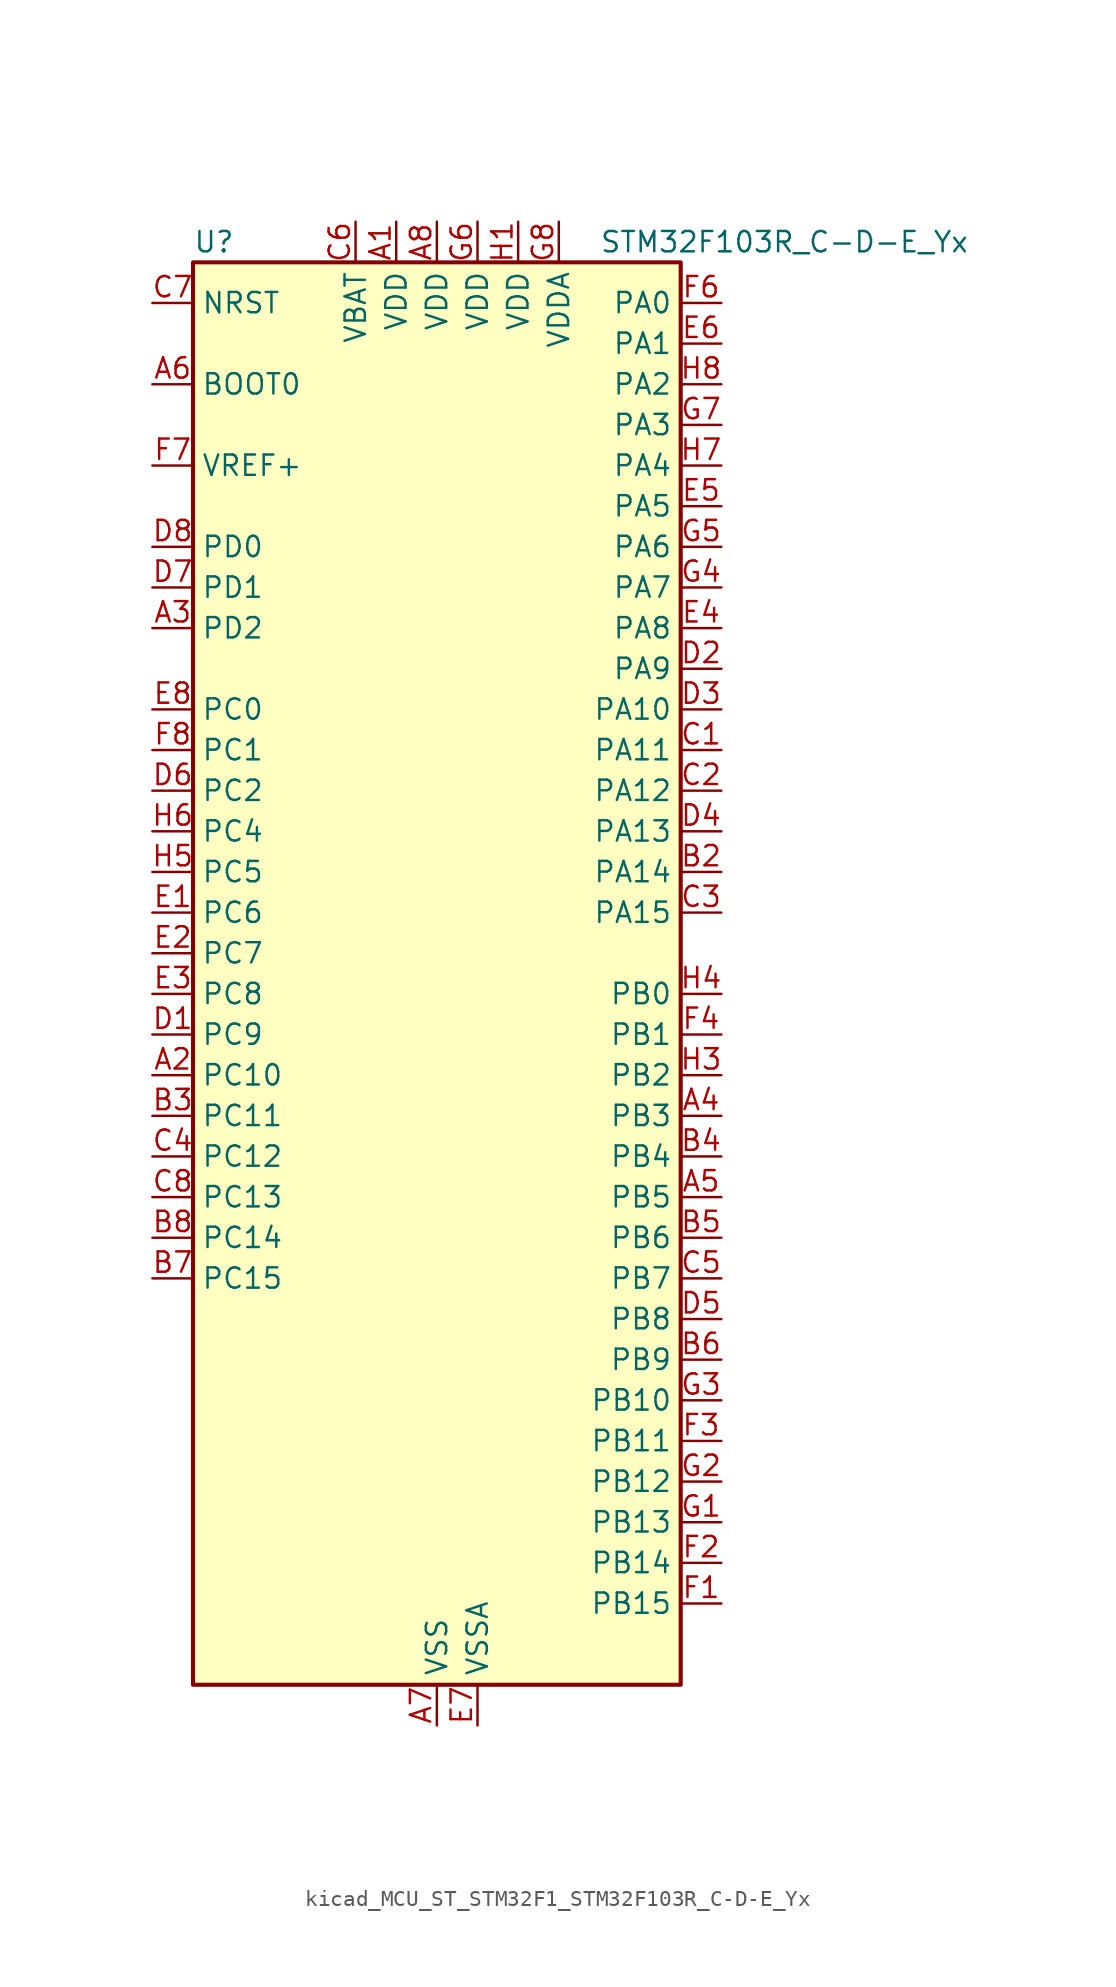
<source format=kicad_sym>
(kicad_symbol_lib
  (version 20220914)
  (generator kicad_symbol_editor)
  (symbol "kicad_MCU_ST_STM32F1_STM32F103R_C-D-E_Yx"
    (property "Reference" "U"
      (at -15.24 46.99 0)
      (effects (font (size 1.27 1.27)) (justify left)))
    (property "Value" "STM32F103R_C-D-E_Yx"
      (at 10.16 46.99 0)
      (effects (font (size 1.27 1.27)) (justify left)))
    (property "ki_locked" ""
      (at 0 0 0)
      (effects (font (size 1.27 1.27))))
    (symbol "kicad_MCU_ST_STM32F1_STM32F103R_C-D-E_Yx_0_1"
      (rectangle (start -15.24 -43.18) (end 15.24 45.72) (stroke (width 0.254) (type default)) (fill (type background))))
    (symbol "kicad_MCU_ST_STM32F1_STM32F103R_C-D-E_Yx_1_1"
      (pin power_in line (at -2.54 48.26 270) (length 2.54) (name "VDD" (effects (font (size 1.27 1.27)))) (number "A1" (effects (font (size 1.27 1.27)))))
      (pin bidirectional line (at -17.78 -5.08 0) (length 2.54) (name "PC10" (effects (font (size 1.27 1.27)))) (number "A2" (effects (font (size 1.27 1.27)))) (alternate "SDIO_D2" bidirectional line) (alternate "UART4_TX" bidirectional line) (alternate "USART3_TX" bidirectional line))
      (pin bidirectional line (at -17.78 22.86 0) (length 2.54) (name "PD2" (effects (font (size 1.27 1.27)))) (number "A3" (effects (font (size 1.27 1.27)))) (alternate "SDIO_CMD" bidirectional line) (alternate "TIM3_ETR" bidirectional line) (alternate "UART5_RX" bidirectional line))
      (pin bidirectional line (at 17.78 -7.62 180) (length 2.54) (name "PB3" (effects (font (size 1.27 1.27)))) (number "A4" (effects (font (size 1.27 1.27)))) (alternate "I2S3_CK" bidirectional line) (alternate "SPI1_SCK" bidirectional line) (alternate "SPI3_SCK" bidirectional line) (alternate "SYS_JTDO-TRACESWO" bidirectional line) (alternate "TIM2_CH2" bidirectional line))
      (pin bidirectional line (at 17.78 -12.7 180) (length 2.54) (name "PB5" (effects (font (size 1.27 1.27)))) (number "A5" (effects (font (size 1.27 1.27)))) (alternate "I2C1_SMBA" bidirectional line) (alternate "I2S3_SD" bidirectional line) (alternate "SPI1_MOSI" bidirectional line) (alternate "SPI3_MOSI" bidirectional line) (alternate "TIM3_CH2" bidirectional line))
      (pin input line (at -17.78 38.1 0) (length 2.54) (name "BOOT0" (effects (font (size 1.27 1.27)))) (number "A6" (effects (font (size 1.27 1.27)))))
      (pin power_in line (at 0 -45.72 90) (length 2.54) (name "VSS" (effects (font (size 1.27 1.27)))) (number "A7" (effects (font (size 1.27 1.27)))))
      (pin power_in line (at 0 48.26 270) (length 2.54) (name "VDD" (effects (font (size 1.27 1.27)))) (number "A8" (effects (font (size 1.27 1.27)))))
      (pin passive line (at 0 -45.72 90) (length 2.54) hide (name "VSS" (effects (font (size 1.27 1.27)))) (number "B1" (effects (font (size 1.27 1.27)))))
      (pin bidirectional line (at 17.78 7.62 180) (length 2.54) (name "PA14" (effects (font (size 1.27 1.27)))) (number "B2" (effects (font (size 1.27 1.27)))) (alternate "SYS_JTCK-SWCLK" bidirectional line))
      (pin bidirectional line (at -17.78 -7.62 0) (length 2.54) (name "PC11" (effects (font (size 1.27 1.27)))) (number "B3" (effects (font (size 1.27 1.27)))) (alternate "ADC1_EXTI11" bidirectional line) (alternate "ADC2_EXTI11" bidirectional line) (alternate "SDIO_D3" bidirectional line) (alternate "UART4_RX" bidirectional line) (alternate "USART3_RX" bidirectional line))
      (pin bidirectional line (at 17.78 -10.16 180) (length 2.54) (name "PB4" (effects (font (size 1.27 1.27)))) (number "B4" (effects (font (size 1.27 1.27)))) (alternate "SPI1_MISO" bidirectional line) (alternate "SPI3_MISO" bidirectional line) (alternate "SYS_NJTRST" bidirectional line) (alternate "TIM3_CH1" bidirectional line))
      (pin bidirectional line (at 17.78 -15.24 180) (length 2.54) (name "PB6" (effects (font (size 1.27 1.27)))) (number "B5" (effects (font (size 1.27 1.27)))) (alternate "I2C1_SCL" bidirectional line) (alternate "TIM4_CH1" bidirectional line) (alternate "USART1_TX" bidirectional line))
      (pin bidirectional line (at 17.78 -22.86 180) (length 2.54) (name "PB9" (effects (font (size 1.27 1.27)))) (number "B6" (effects (font (size 1.27 1.27)))) (alternate "CAN_TX" bidirectional line) (alternate "DAC_EXTI9" bidirectional line) (alternate "I2C1_SDA" bidirectional line) (alternate "SDIO_D5" bidirectional line) (alternate "TIM4_CH4" bidirectional line))
      (pin bidirectional line (at -17.78 -17.78 0) (length 2.54) (name "PC15" (effects (font (size 1.27 1.27)))) (number "B7" (effects (font (size 1.27 1.27)))) (alternate "ADC1_EXTI15" bidirectional line) (alternate "ADC2_EXTI15" bidirectional line) (alternate "RCC_OSC32_OUT" bidirectional line))
      (pin bidirectional line (at -17.78 -15.24 0) (length 2.54) (name "PC14" (effects (font (size 1.27 1.27)))) (number "B8" (effects (font (size 1.27 1.27)))) (alternate "RCC_OSC32_IN" bidirectional line))
      (pin bidirectional line (at 17.78 15.24 180) (length 2.54) (name "PA11" (effects (font (size 1.27 1.27)))) (number "C1" (effects (font (size 1.27 1.27)))) (alternate "ADC1_EXTI11" bidirectional line) (alternate "ADC2_EXTI11" bidirectional line) (alternate "CAN_RX" bidirectional line) (alternate "TIM1_CH4" bidirectional line) (alternate "USART1_CTS" bidirectional line) (alternate "USB_DM" bidirectional line))
      (pin bidirectional line (at 17.78 12.7 180) (length 2.54) (name "PA12" (effects (font (size 1.27 1.27)))) (number "C2" (effects (font (size 1.27 1.27)))) (alternate "CAN_TX" bidirectional line) (alternate "TIM1_ETR" bidirectional line) (alternate "USART1_RTS" bidirectional line) (alternate "USB_DP" bidirectional line))
      (pin bidirectional line (at 17.78 5.08 180) (length 2.54) (name "PA15" (effects (font (size 1.27 1.27)))) (number "C3" (effects (font (size 1.27 1.27)))) (alternate "ADC1_EXTI15" bidirectional line) (alternate "ADC2_EXTI15" bidirectional line) (alternate "I2S3_WS" bidirectional line) (alternate "SPI1_NSS" bidirectional line) (alternate "SPI3_NSS" bidirectional line) (alternate "SYS_JTDI" bidirectional line) (alternate "TIM2_CH1" bidirectional line) (alternate "TIM2_ETR" bidirectional line))
      (pin bidirectional line (at -17.78 -10.16 0) (length 2.54) (name "PC12" (effects (font (size 1.27 1.27)))) (number "C4" (effects (font (size 1.27 1.27)))) (alternate "SDIO_CK" bidirectional line) (alternate "UART5_TX" bidirectional line) (alternate "USART3_CK" bidirectional line))
      (pin bidirectional line (at 17.78 -17.78 180) (length 2.54) (name "PB7" (effects (font (size 1.27 1.27)))) (number "C5" (effects (font (size 1.27 1.27)))) (alternate "I2C1_SDA" bidirectional line) (alternate "TIM4_CH2" bidirectional line) (alternate "USART1_RX" bidirectional line))
      (pin power_in line (at -5.08 48.26 270) (length 2.54) (name "VBAT" (effects (font (size 1.27 1.27)))) (number "C6" (effects (font (size 1.27 1.27)))))
      (pin input line (at -17.78 43.18 0) (length 2.54) (name "NRST" (effects (font (size 1.27 1.27)))) (number "C7" (effects (font (size 1.27 1.27)))))
      (pin bidirectional line (at -17.78 -12.7 0) (length 2.54) (name "PC13" (effects (font (size 1.27 1.27)))) (number "C8" (effects (font (size 1.27 1.27)))) (alternate "RTC_OUT" bidirectional line) (alternate "RTC_TAMPER" bidirectional line))
      (pin bidirectional line (at -17.78 -2.54 0) (length 2.54) (name "PC9" (effects (font (size 1.27 1.27)))) (number "D1" (effects (font (size 1.27 1.27)))) (alternate "DAC_EXTI9" bidirectional line) (alternate "SDIO_D1" bidirectional line) (alternate "TIM3_CH4" bidirectional line) (alternate "TIM8_CH4" bidirectional line))
      (pin bidirectional line (at 17.78 20.32 180) (length 2.54) (name "PA9" (effects (font (size 1.27 1.27)))) (number "D2" (effects (font (size 1.27 1.27)))) (alternate "DAC_EXTI9" bidirectional line) (alternate "TIM1_CH2" bidirectional line) (alternate "USART1_TX" bidirectional line))
      (pin bidirectional line (at 17.78 17.78 180) (length 2.54) (name "PA10" (effects (font (size 1.27 1.27)))) (number "D3" (effects (font (size 1.27 1.27)))) (alternate "TIM1_CH3" bidirectional line) (alternate "USART1_RX" bidirectional line))
      (pin bidirectional line (at 17.78 10.16 180) (length 2.54) (name "PA13" (effects (font (size 1.27 1.27)))) (number "D4" (effects (font (size 1.27 1.27)))) (alternate "SYS_JTMS-SWDIO" bidirectional line))
      (pin bidirectional line (at 17.78 -20.32 180) (length 2.54) (name "PB8" (effects (font (size 1.27 1.27)))) (number "D5" (effects (font (size 1.27 1.27)))) (alternate "CAN_RX" bidirectional line) (alternate "I2C1_SCL" bidirectional line) (alternate "SDIO_D4" bidirectional line) (alternate "TIM4_CH3" bidirectional line))
      (pin bidirectional line (at -17.78 12.7 0) (length 2.54) (name "PC2" (effects (font (size 1.27 1.27)))) (number "D6" (effects (font (size 1.27 1.27)))) (alternate "ADC1_IN12" bidirectional line) (alternate "ADC2_IN12" bidirectional line) (alternate "ADC3_IN12" bidirectional line))
      (pin bidirectional line (at -17.78 25.4 0) (length 2.54) (name "PD1" (effects (font (size 1.27 1.27)))) (number "D7" (effects (font (size 1.27 1.27)))) (alternate "RCC_OSC_OUT" bidirectional line))
      (pin bidirectional line (at -17.78 27.94 0) (length 2.54) (name "PD0" (effects (font (size 1.27 1.27)))) (number "D8" (effects (font (size 1.27 1.27)))) (alternate "RCC_OSC_IN" bidirectional line))
      (pin bidirectional line (at -17.78 5.08 0) (length 2.54) (name "PC6" (effects (font (size 1.27 1.27)))) (number "E1" (effects (font (size 1.27 1.27)))) (alternate "I2S2_MCK" bidirectional line) (alternate "SDIO_D6" bidirectional line) (alternate "TIM3_CH1" bidirectional line) (alternate "TIM8_CH1" bidirectional line))
      (pin bidirectional line (at -17.78 2.54 0) (length 2.54) (name "PC7" (effects (font (size 1.27 1.27)))) (number "E2" (effects (font (size 1.27 1.27)))) (alternate "I2S3_MCK" bidirectional line) (alternate "SDIO_D7" bidirectional line) (alternate "TIM3_CH2" bidirectional line) (alternate "TIM8_CH2" bidirectional line))
      (pin bidirectional line (at -17.78 0 0) (length 2.54) (name "PC8" (effects (font (size 1.27 1.27)))) (number "E3" (effects (font (size 1.27 1.27)))) (alternate "SDIO_D0" bidirectional line) (alternate "TIM3_CH3" bidirectional line) (alternate "TIM8_CH3" bidirectional line))
      (pin bidirectional line (at 17.78 22.86 180) (length 2.54) (name "PA8" (effects (font (size 1.27 1.27)))) (number "E4" (effects (font (size 1.27 1.27)))) (alternate "RCC_MCO" bidirectional line) (alternate "TIM1_CH1" bidirectional line) (alternate "USART1_CK" bidirectional line))
      (pin bidirectional line (at 17.78 30.48 180) (length 2.54) (name "PA5" (effects (font (size 1.27 1.27)))) (number "E5" (effects (font (size 1.27 1.27)))) (alternate "ADC1_IN5" bidirectional line) (alternate "ADC2_IN5" bidirectional line) (alternate "DAC_OUT2" bidirectional line) (alternate "SPI1_SCK" bidirectional line))
      (pin bidirectional line (at 17.78 40.64 180) (length 2.54) (name "PA1" (effects (font (size 1.27 1.27)))) (number "E6" (effects (font (size 1.27 1.27)))) (alternate "ADC1_IN1" bidirectional line) (alternate "ADC2_IN1" bidirectional line) (alternate "ADC3_IN1" bidirectional line) (alternate "TIM2_CH2" bidirectional line) (alternate "TIM5_CH2" bidirectional line) (alternate "USART2_RTS" bidirectional line))
      (pin power_in line (at 2.54 -45.72 90) (length 2.54) (name "VSSA" (effects (font (size 1.27 1.27)))) (number "E7" (effects (font (size 1.27 1.27)))))
      (pin bidirectional line (at -17.78 17.78 0) (length 2.54) (name "PC0" (effects (font (size 1.27 1.27)))) (number "E8" (effects (font (size 1.27 1.27)))) (alternate "ADC1_IN10" bidirectional line) (alternate "ADC2_IN10" bidirectional line) (alternate "ADC3_IN10" bidirectional line))
      (pin bidirectional line (at 17.78 -38.1 180) (length 2.54) (name "PB15" (effects (font (size 1.27 1.27)))) (number "F1" (effects (font (size 1.27 1.27)))) (alternate "ADC1_EXTI15" bidirectional line) (alternate "ADC2_EXTI15" bidirectional line) (alternate "I2S2_SD" bidirectional line) (alternate "SPI2_MOSI" bidirectional line) (alternate "TIM1_CH3N" bidirectional line))
      (pin bidirectional line (at 17.78 -35.56 180) (length 2.54) (name "PB14" (effects (font (size 1.27 1.27)))) (number "F2" (effects (font (size 1.27 1.27)))) (alternate "SPI2_MISO" bidirectional line) (alternate "TIM1_CH2N" bidirectional line) (alternate "USART3_RTS" bidirectional line))
      (pin bidirectional line (at 17.78 -27.94 180) (length 2.54) (name "PB11" (effects (font (size 1.27 1.27)))) (number "F3" (effects (font (size 1.27 1.27)))) (alternate "ADC1_EXTI11" bidirectional line) (alternate "ADC2_EXTI11" bidirectional line) (alternate "I2C2_SDA" bidirectional line) (alternate "TIM2_CH4" bidirectional line) (alternate "USART3_RX" bidirectional line))
      (pin bidirectional line (at 17.78 -2.54 180) (length 2.54) (name "PB1" (effects (font (size 1.27 1.27)))) (number "F4" (effects (font (size 1.27 1.27)))) (alternate "ADC1_IN9" bidirectional line) (alternate "ADC2_IN9" bidirectional line) (alternate "TIM1_CH3N" bidirectional line) (alternate "TIM3_CH4" bidirectional line) (alternate "TIM8_CH3N" bidirectional line))
      (pin passive line (at 0 -45.72 90) (length 2.54) hide (name "VSS" (effects (font (size 1.27 1.27)))) (number "F5" (effects (font (size 1.27 1.27)))))
      (pin bidirectional line (at 17.78 43.18 180) (length 2.54) (name "PA0" (effects (font (size 1.27 1.27)))) (number "F6" (effects (font (size 1.27 1.27)))) (alternate "ADC1_IN0" bidirectional line) (alternate "ADC2_IN0" bidirectional line) (alternate "ADC3_IN0" bidirectional line) (alternate "SYS_WKUP" bidirectional line) (alternate "TIM2_CH1" bidirectional line) (alternate "TIM2_ETR" bidirectional line) (alternate "TIM5_CH1" bidirectional line) (alternate "TIM8_ETR" bidirectional line) (alternate "USART2_CTS" bidirectional line))
      (pin input line (at -17.78 33.02 0) (length 2.54) (name "VREF+" (effects (font (size 1.27 1.27)))) (number "F7" (effects (font (size 1.27 1.27)))))
      (pin bidirectional line (at -17.78 15.24 0) (length 2.54) (name "PC1" (effects (font (size 1.27 1.27)))) (number "F8" (effects (font (size 1.27 1.27)))) (alternate "ADC1_IN11" bidirectional line) (alternate "ADC2_IN11" bidirectional line) (alternate "ADC3_IN11" bidirectional line))
      (pin bidirectional line (at 17.78 -33.02 180) (length 2.54) (name "PB13" (effects (font (size 1.27 1.27)))) (number "G1" (effects (font (size 1.27 1.27)))) (alternate "I2S2_CK" bidirectional line) (alternate "SPI2_SCK" bidirectional line) (alternate "TIM1_CH1N" bidirectional line) (alternate "USART3_CTS" bidirectional line))
      (pin bidirectional line (at 17.78 -30.48 180) (length 2.54) (name "PB12" (effects (font (size 1.27 1.27)))) (number "G2" (effects (font (size 1.27 1.27)))) (alternate "I2C2_SMBA" bidirectional line) (alternate "I2S2_WS" bidirectional line) (alternate "SPI2_NSS" bidirectional line) (alternate "TIM1_BKIN" bidirectional line) (alternate "USART3_CK" bidirectional line))
      (pin bidirectional line (at 17.78 -25.4 180) (length 2.54) (name "PB10" (effects (font (size 1.27 1.27)))) (number "G3" (effects (font (size 1.27 1.27)))) (alternate "I2C2_SCL" bidirectional line) (alternate "TIM2_CH3" bidirectional line) (alternate "USART3_TX" bidirectional line))
      (pin bidirectional line (at 17.78 25.4 180) (length 2.54) (name "PA7" (effects (font (size 1.27 1.27)))) (number "G4" (effects (font (size 1.27 1.27)))) (alternate "ADC1_IN7" bidirectional line) (alternate "ADC2_IN7" bidirectional line) (alternate "SPI1_MOSI" bidirectional line) (alternate "TIM1_CH1N" bidirectional line) (alternate "TIM3_CH2" bidirectional line) (alternate "TIM8_CH1N" bidirectional line))
      (pin bidirectional line (at 17.78 27.94 180) (length 2.54) (name "PA6" (effects (font (size 1.27 1.27)))) (number "G5" (effects (font (size 1.27 1.27)))) (alternate "ADC1_IN6" bidirectional line) (alternate "ADC2_IN6" bidirectional line) (alternate "SPI1_MISO" bidirectional line) (alternate "TIM1_BKIN" bidirectional line) (alternate "TIM3_CH1" bidirectional line) (alternate "TIM8_BKIN" bidirectional line))
      (pin power_in line (at 2.54 48.26 270) (length 2.54) (name "VDD" (effects (font (size 1.27 1.27)))) (number "G6" (effects (font (size 1.27 1.27)))))
      (pin bidirectional line (at 17.78 35.56 180) (length 2.54) (name "PA3" (effects (font (size 1.27 1.27)))) (number "G7" (effects (font (size 1.27 1.27)))) (alternate "ADC1_IN3" bidirectional line) (alternate "ADC2_IN3" bidirectional line) (alternate "ADC3_IN3" bidirectional line) (alternate "TIM2_CH4" bidirectional line) (alternate "TIM5_CH4" bidirectional line) (alternate "USART2_RX" bidirectional line))
      (pin power_in line (at 7.62 48.26 270) (length 2.54) (name "VDDA" (effects (font (size 1.27 1.27)))) (number "G8" (effects (font (size 1.27 1.27)))))
      (pin power_in line (at 5.08 48.26 270) (length 2.54) (name "VDD" (effects (font (size 1.27 1.27)))) (number "H1" (effects (font (size 1.27 1.27)))))
      (pin passive line (at 0 -45.72 90) (length 2.54) hide (name "VSS" (effects (font (size 1.27 1.27)))) (number "H2" (effects (font (size 1.27 1.27)))))
      (pin bidirectional line (at 17.78 -5.08 180) (length 2.54) (name "PB2" (effects (font (size 1.27 1.27)))) (number "H3" (effects (font (size 1.27 1.27)))))
      (pin bidirectional line (at 17.78 0 180) (length 2.54) (name "PB0" (effects (font (size 1.27 1.27)))) (number "H4" (effects (font (size 1.27 1.27)))) (alternate "ADC1_IN8" bidirectional line) (alternate "ADC2_IN8" bidirectional line) (alternate "TIM1_CH2N" bidirectional line) (alternate "TIM3_CH3" bidirectional line) (alternate "TIM8_CH2N" bidirectional line))
      (pin bidirectional line (at -17.78 7.62 0) (length 2.54) (name "PC5" (effects (font (size 1.27 1.27)))) (number "H5" (effects (font (size 1.27 1.27)))) (alternate "ADC1_IN15" bidirectional line) (alternate "ADC2_IN15" bidirectional line))
      (pin bidirectional line (at -17.78 10.16 0) (length 2.54) (name "PC4" (effects (font (size 1.27 1.27)))) (number "H6" (effects (font (size 1.27 1.27)))) (alternate "ADC1_IN14" bidirectional line) (alternate "ADC2_IN14" bidirectional line))
      (pin bidirectional line (at 17.78 33.02 180) (length 2.54) (name "PA4" (effects (font (size 1.27 1.27)))) (number "H7" (effects (font (size 1.27 1.27)))) (alternate "ADC1_IN4" bidirectional line) (alternate "ADC2_IN4" bidirectional line) (alternate "DAC_OUT1" bidirectional line) (alternate "SPI1_NSS" bidirectional line) (alternate "USART2_CK" bidirectional line))
      (pin bidirectional line (at 17.78 38.1 180) (length 2.54) (name "PA2" (effects (font (size 1.27 1.27)))) (number "H8" (effects (font (size 1.27 1.27)))) (alternate "ADC1_IN2" bidirectional line) (alternate "ADC2_IN2" bidirectional line) (alternate "ADC3_IN2" bidirectional line) (alternate "TIM2_CH3" bidirectional line) (alternate "TIM5_CH3" bidirectional line) (alternate "USART2_TX" bidirectional line)))))
</source>
